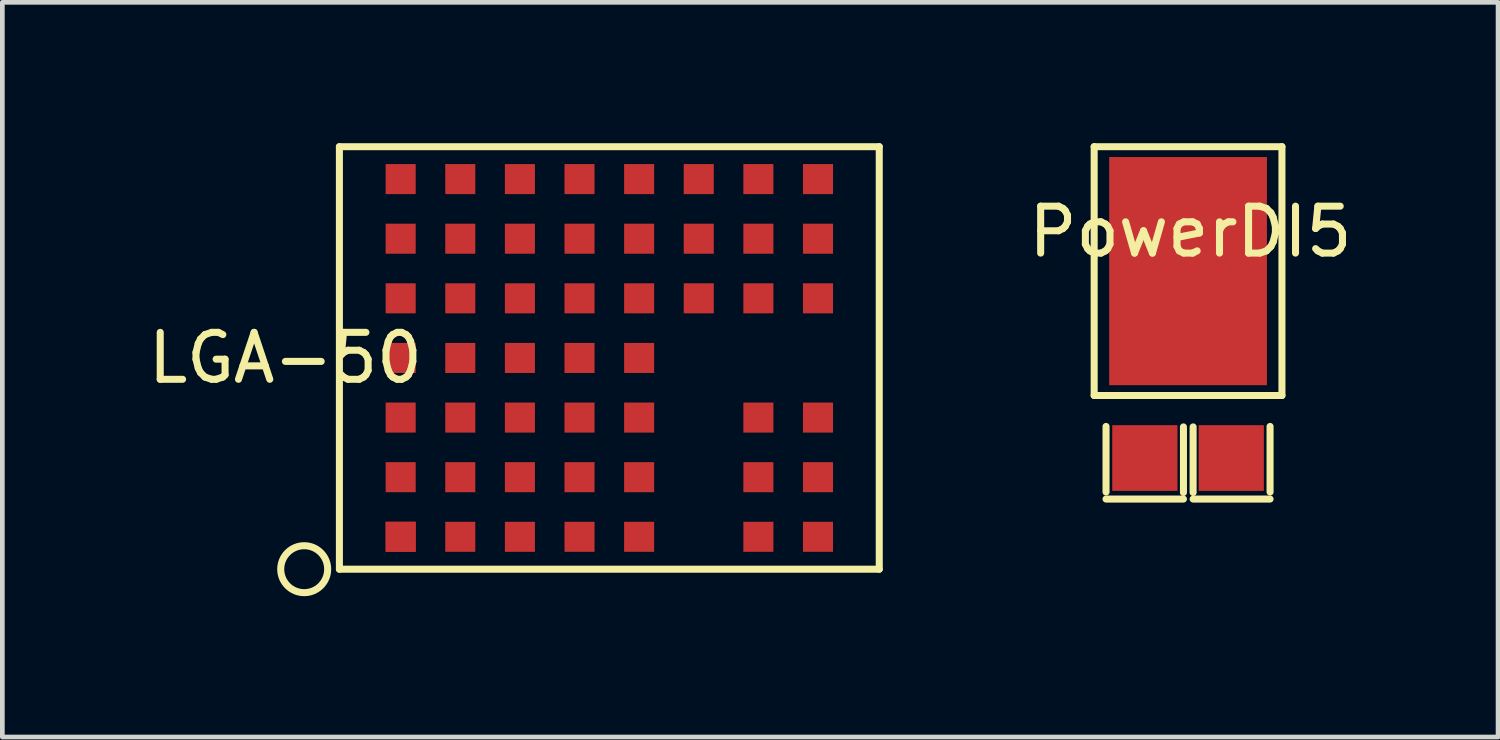
<source format=kicad_pcb>
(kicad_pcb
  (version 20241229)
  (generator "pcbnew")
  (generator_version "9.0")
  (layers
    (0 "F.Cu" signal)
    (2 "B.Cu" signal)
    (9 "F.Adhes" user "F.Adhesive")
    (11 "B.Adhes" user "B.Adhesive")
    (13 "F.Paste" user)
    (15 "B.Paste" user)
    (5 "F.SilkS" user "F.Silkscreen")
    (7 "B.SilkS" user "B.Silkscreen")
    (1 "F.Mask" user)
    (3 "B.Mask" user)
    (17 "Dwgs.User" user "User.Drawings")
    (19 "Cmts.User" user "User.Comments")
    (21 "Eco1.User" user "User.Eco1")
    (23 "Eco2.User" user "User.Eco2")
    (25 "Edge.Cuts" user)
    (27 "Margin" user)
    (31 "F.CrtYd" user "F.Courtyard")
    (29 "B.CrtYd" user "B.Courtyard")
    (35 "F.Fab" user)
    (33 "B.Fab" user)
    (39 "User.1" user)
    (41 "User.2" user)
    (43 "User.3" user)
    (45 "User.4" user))
  (footprint "LGA-50"
    (layer "F.Cu")
    (at 9.93 4.575)
    (property "Reference" "LGA-50" (at -6.9 0 0) (layer "F.SilkS") (effects (font (size 1 1) (thickness 0.15))))
    (attr through_hole)
    (fp_line (start -5.75 -4.5) (end 5.75 -4.5) (stroke (width 0.15) (type solid)) (layer "F.SilkS"))
    (fp_line (start -5.75 4.5) (end -5.75 -4.5) (stroke (width 0.15) (type solid)) (layer "F.SilkS"))
    (fp_line (start 5.75 -4.5) (end 5.75 4.5) (stroke (width 0.15) (type solid)) (layer "F.SilkS"))
    (fp_line (start 5.75 4.5) (end -5.75 4.5) (stroke (width 0.15) (type solid)) (layer "F.SilkS"))
    (fp_circle (center -6.5 4.5) (end -7 4.5) (stroke (width 0.15) (type solid)) (fill no) (layer "F.SilkS"))
    (pad "A1" smd rect (at -4.445 0) (size 0.64 0.64) (layers "F.Cu" "F.Mask" "F.Paste"))
    (pad "A1" smd rect (at -4.445 1.27) (size 0.64 0.64) (layers "F.Cu" "F.Mask" "F.Paste"))
    (pad "A1" smd rect (at -4.445 2.54) (size 0.64 0.64) (layers "F.Cu" "F.Mask" "F.Paste"))
    (pad "A1" smd rect (at -4.445 3.81) (size 0.64 0.64) (layers "F.Cu" "F.Mask" "F.Paste"))
    (pad "A1" smd rect (at -4.445 3.81) (size 0.64 0.64) (layers "F.Cu" "F.Mask" "F.Paste"))
    (pad "A1" smd rect (at -3.175 0) (size 0.64 0.64) (layers "F.Cu" "F.Mask" "F.Paste"))
    (pad "A1" smd rect (at -3.175 1.27) (size 0.64 0.64) (layers "F.Cu" "F.Mask" "F.Paste"))
    (pad "A1" smd rect (at -3.175 2.54) (size 0.64 0.64) (layers "F.Cu" "F.Mask" "F.Paste"))
    (pad "A1" smd rect (at -3.175 3.81) (size 0.64 0.64) (layers "F.Cu" "F.Mask" "F.Paste"))
    (pad "A1" smd rect (at -1.905 0) (size 0.64 0.64) (layers "F.Cu" "F.Mask" "F.Paste"))
    (pad "A1" smd rect (at -1.905 1.27) (size 0.64 0.64) (layers "F.Cu" "F.Mask" "F.Paste"))
    (pad "A1" smd rect (at -1.905 2.54) (size 0.64 0.64) (layers "F.Cu" "F.Mask" "F.Paste"))
    (pad "A1" smd rect (at -1.905 3.81) (size 0.64 0.64) (layers "F.Cu" "F.Mask" "F.Paste"))
    (pad "E1" smd rect (at -4.445 -3.81) (size 0.64 0.64) (layers "F.Cu" "F.Mask" "F.Paste"))
    (pad "E1" smd rect (at -4.445 -2.54) (size 0.64 0.64) (layers "F.Cu" "F.Mask" "F.Paste"))
    (pad "E1" smd rect (at -4.445 -1.27) (size 0.64 0.64) (layers "F.Cu" "F.Mask" "F.Paste"))
    (pad "E1" smd rect (at -3.175 -3.81) (size 0.64 0.64) (layers "F.Cu" "F.Mask" "F.Paste"))
    (pad "E1" smd rect (at -3.175 -2.54) (size 0.64 0.64) (layers "F.Cu" "F.Mask" "F.Paste"))
    (pad "E1" smd rect (at -3.175 -1.27) (size 0.64 0.64) (layers "F.Cu" "F.Mask" "F.Paste"))
    (pad "E1" smd rect (at -1.905 -3.81) (size 0.64 0.64) (layers "F.Cu" "F.Mask" "F.Paste"))
    (pad "E1" smd rect (at -1.905 -2.54) (size 0.64 0.64) (layers "F.Cu" "F.Mask" "F.Paste"))
    (pad "E1" smd rect (at -1.905 -1.27) (size 0.64 0.64) (layers "F.Cu" "F.Mask" "F.Paste"))
    (pad "E1" smd rect (at -0.635 -3.81) (size 0.64 0.64) (layers "F.Cu" "F.Mask" "F.Paste"))
    (pad "E1" smd rect (at -0.635 -2.54) (size 0.64 0.64) (layers "F.Cu" "F.Mask" "F.Paste"))
    (pad "E1" smd rect (at -0.635 -1.27) (size 0.64 0.64) (layers "F.Cu" "F.Mask" "F.Paste"))
    (pad "E1" smd rect (at -0.635 0) (size 0.64 0.64) (layers "F.Cu" "F.Mask" "F.Paste"))
    (pad "E1" smd rect (at -0.635 1.27) (size 0.64 0.64) (layers "F.Cu" "F.Mask" "F.Paste"))
    (pad "E1" smd rect (at -0.635 2.54) (size 0.64 0.64) (layers "F.Cu" "F.Mask" "F.Paste"))
    (pad "E1" smd rect (at -0.635 3.81) (size 0.64 0.64) (layers "F.Cu" "F.Mask" "F.Paste"))
    (pad "E1" smd rect (at 0.635 -3.81) (size 0.64 0.64) (layers "F.Cu" "F.Mask" "F.Paste"))
    (pad "E1" smd rect (at 0.635 -2.54) (size 0.64 0.64) (layers "F.Cu" "F.Mask" "F.Paste"))
    (pad "E1" smd rect (at 0.635 -1.27) (size 0.64 0.64) (layers "F.Cu" "F.Mask" "F.Paste"))
    (pad "E1" smd rect (at 0.635 0) (size 0.64 0.64) (layers "F.Cu" "F.Mask" "F.Paste"))
    (pad "E1" smd rect (at 0.635 1.27) (size 0.64 0.64) (layers "F.Cu" "F.Mask" "F.Paste"))
    (pad "E1" smd rect (at 0.635 2.54) (size 0.64 0.64) (layers "F.Cu" "F.Mask" "F.Paste"))
    (pad "E1" smd rect (at 0.635 3.81) (size 0.64 0.64) (layers "F.Cu" "F.Mask" "F.Paste"))
    (pad "E1" smd rect (at 1.905 -2.54) (size 0.64 0.64) (layers "F.Cu" "F.Mask" "F.Paste"))
    (pad "F5" smd rect (at 1.905 -1.27) (size 0.64 0.64) (layers "F.Cu" "F.Mask" "F.Paste"))
    (pad "F7" smd rect (at 1.905 -3.81) (size 0.64 0.64) (layers "F.Cu" "F.Mask" "F.Paste"))
    (pad "G5" smd rect (at 3.175 -1.27) (size 0.64 0.64) (layers "F.Cu" "F.Mask" "F.Paste"))
    (pad "G6" smd rect (at 3.175 -2.54) (size 0.64 0.64) (layers "F.Cu" "F.Mask" "F.Paste"))
    (pad "G7" smd rect (at 3.175 -3.81) (size 0.64 0.64) (layers "F.Cu" "F.Mask" "F.Paste"))
    (pad "H1" smd rect (at 3.175 1.27) (size 0.64 0.64) (layers "F.Cu" "F.Mask" "F.Paste"))
    (pad "H1" smd rect (at 3.175 2.54) (size 0.64 0.64) (layers "F.Cu" "F.Mask" "F.Paste"))
    (pad "H1" smd rect (at 3.175 3.81) (size 0.64 0.64) (layers "F.Cu" "F.Mask" "F.Paste"))
    (pad "H1" smd rect (at 4.445 1.27) (size 0.64 0.64) (layers "F.Cu" "F.Mask" "F.Paste"))
    (pad "H1" smd rect (at 4.445 2.54) (size 0.64 0.64) (layers "F.Cu" "F.Mask" "F.Paste"))
    (pad "H1" smd rect (at 4.445 3.81) (size 0.64 0.64) (layers "F.Cu" "F.Mask" "F.Paste"))
    (pad "H5" smd rect (at 4.445 -1.27) (size 0.64 0.64) (layers "F.Cu" "F.Mask" "F.Paste"))
    (pad "H6" smd rect (at 4.445 -2.54) (size 0.64 0.64) (layers "F.Cu" "F.Mask" "F.Paste"))
    (pad "H7" smd rect (at 4.445 -3.81) (size 0.64 0.64) (layers "F.Cu" "F.Mask" "F.Paste")))
  (footprint "PowerDI5"
    (layer "F.Cu")
    (at 22.258 2.725)
    (property "Reference" "PowerDI5" (at 0.051 -0.838 0) (layer "F.SilkS") (effects (font (size 1 1) (thickness 0.15))))
    (attr smd)
    (fp_line (start -2 -2.65) (end -2 2.65) (stroke (width 0.15) (type solid)) (layer "F.SilkS"))
    (fp_line (start -2 2.65) (end 2 2.65) (stroke (width 0.15) (type solid)) (layer "F.SilkS"))
    (fp_line (start -1.747 4.706) (end -1.747 3.309) (stroke (width 0.15) (type solid)) (layer "F.SilkS"))
    (fp_line (start -1.747 4.856) (end -0.098 4.856) (stroke (width 0.15) (type solid)) (layer "F.SilkS"))
    (fp_line (start -0.098 4.716) (end -0.098 3.319) (stroke (width 0.15) (type solid)) (layer "F.SilkS"))
    (fp_line (start 0.108 4.716) (end 0.108 3.319) (stroke (width 0.15) (type solid)) (layer "F.SilkS"))
    (fp_line (start 0.108 4.856) (end 1.747 4.856) (stroke (width 0.15) (type solid)) (layer "F.SilkS"))
    (fp_line (start 1.747 4.706) (end 1.747 3.309) (stroke (width 0.15) (type solid)) (layer "F.SilkS"))
    (fp_line (start 2 -2.65) (end -2 -2.65) (stroke (width 0.15) (type solid)) (layer "F.SilkS"))
    (fp_line (start 2 2.65) (end 2 -2.65) (stroke (width 0.15) (type solid)) (layer "F.SilkS"))
    (pad "1" smd rect (at 0 0) (size 3.36 4.86) (layers "F.Cu" "F.Mask" "F.Paste"))
    (pad "2" smd rect (at -0.92 3.982) (size 1.39 1.4) (layers "F.Cu" "F.Mask" "F.Paste"))
    (pad "2" smd rect (at 0.92 3.982) (size 1.39 1.4) (layers "F.Cu" "F.Mask" "F.Paste")))
  (gr_rect
    (start -3 -3)
    (end 28.862 12.65)
    (stroke (width 0.1) (type default))
    (fill no)
    (layer "Edge.Cuts")))
</source>
